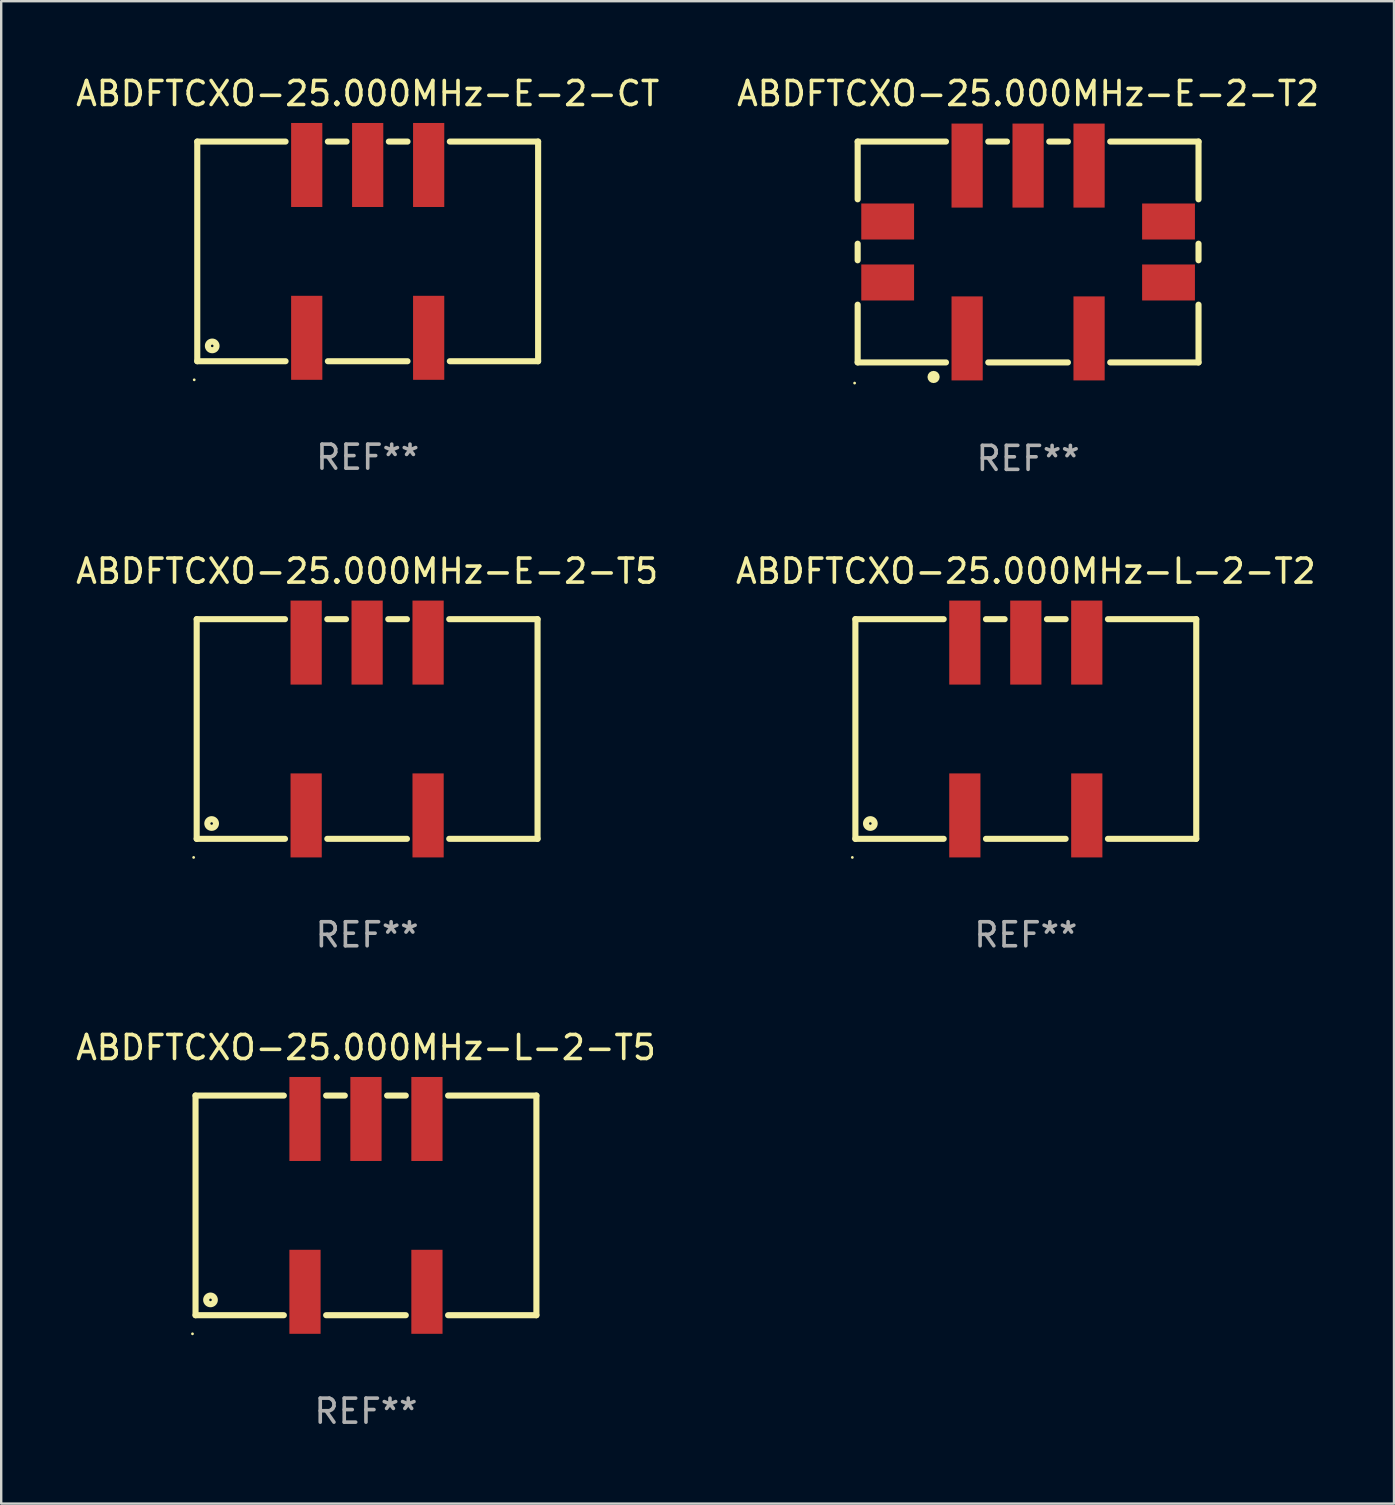
<source format=kicad_pcb>
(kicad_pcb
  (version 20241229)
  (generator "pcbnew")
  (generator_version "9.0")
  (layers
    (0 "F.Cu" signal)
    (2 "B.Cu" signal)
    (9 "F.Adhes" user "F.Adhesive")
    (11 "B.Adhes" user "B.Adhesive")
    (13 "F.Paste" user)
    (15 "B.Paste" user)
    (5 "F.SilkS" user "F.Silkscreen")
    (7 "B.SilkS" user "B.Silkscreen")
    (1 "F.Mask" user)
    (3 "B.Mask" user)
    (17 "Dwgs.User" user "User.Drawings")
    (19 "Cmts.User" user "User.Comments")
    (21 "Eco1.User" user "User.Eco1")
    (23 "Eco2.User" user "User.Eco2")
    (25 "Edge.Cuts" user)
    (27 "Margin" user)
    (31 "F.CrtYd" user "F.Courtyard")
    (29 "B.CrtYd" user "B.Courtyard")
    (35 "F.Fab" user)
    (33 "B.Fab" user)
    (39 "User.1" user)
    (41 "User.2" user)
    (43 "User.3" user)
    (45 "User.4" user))
  (footprint "ABDFTCXO-25.000MHz-L-2-T5"
    (layer "F.Cu")
    (at 12.196 47.166)
    (property "Reference" "ABDFTCXO-25.000MHz-L-2-T5" (at 0 -6.575 0) (layer "F.SilkS") (effects (font (size 1 1) (thickness 0.15))))
    (attr through_hole)
    (fp_line (start -7.1 -4.575) (end -7.1 4.575) (stroke (width 0.254) (type solid)) (layer "F.SilkS"))
    (fp_line (start -7.1 -4.575) (end -3.421 -4.575) (stroke (width 0.254) (type solid)) (layer "F.SilkS"))
    (fp_line (start -7.1 4.575) (end -3.421 4.575) (stroke (width 0.254) (type solid)) (layer "F.SilkS"))
    (fp_line (start -1.659 -4.575) (end -0.881 -4.575) (stroke (width 0.254) (type solid)) (layer "F.SilkS"))
    (fp_line (start -1.659 4.575) (end 1.659 4.575) (stroke (width 0.254) (type solid)) (layer "F.SilkS"))
    (fp_line (start 0.881 -4.575) (end 1.659 -4.575) (stroke (width 0.254) (type solid)) (layer "F.SilkS"))
    (fp_line (start 3.421 -4.575) (end 7.1 -4.575) (stroke (width 0.254) (type solid)) (layer "F.SilkS"))
    (fp_line (start 3.421 4.575) (end 7.1 4.575) (stroke (width 0.254) (type solid)) (layer "F.SilkS"))
    (fp_line (start 7.1 -4.575) (end 7.1 4.575) (stroke (width 0.254) (type solid)) (layer "F.SilkS"))
    (fp_circle (center -7.227 5.35) (end -7.197 5.35) (stroke (width 0.06) (type solid)) (fill no) (layer "F.SilkS"))
    (fp_circle (center -6.477 3.937) (end -6.297 3.937) (stroke (width 0.254) (type solid)) (fill no) (layer "F.SilkS"))
    (fp_text user "REF**" (at 0 8.575 0) (layer "F.Fab") (effects (font (size 1 1) (thickness 0.15))))
    (pad "1" smd rect (at -2.54 3.6) (size 1.3 3.5) (layers "F.Cu" "F.Mask" "F.Paste"))
    (pad "2" smd rect (at 2.54 3.6) (size 1.3 3.5) (layers "F.Cu" "F.Mask" "F.Paste"))
    (pad "3" smd rect (at 2.54 -3.6) (size 1.3 3.5) (layers "F.Cu" "F.Mask" "F.Paste"))
    (pad "4" smd rect (at 0 -3.6) (size 1.3 3.5) (layers "F.Cu" "F.Mask" "F.Paste"))
    (pad "5" smd rect (at -2.54 -3.6) (size 1.3 3.5) (layers "F.Cu" "F.Mask" "F.Paste")))
  (footprint "ABDFTCXO-25.000MHz-L-2-T2"
    (layer "F.Cu")
    (at 39.685 27.32)
    (property "Reference" "ABDFTCXO-25.000MHz-L-2-T2" (at 0 -6.575 0) (layer "F.SilkS") (effects (font (size 1 1) (thickness 0.15))))
    (attr through_hole)
    (fp_line (start -7.1 -4.575) (end -7.1 4.575) (stroke (width 0.254) (type solid)) (layer "F.SilkS"))
    (fp_line (start -7.1 -4.575) (end -3.421 -4.575) (stroke (width 0.254) (type solid)) (layer "F.SilkS"))
    (fp_line (start -7.1 4.575) (end -3.421 4.575) (stroke (width 0.254) (type solid)) (layer "F.SilkS"))
    (fp_line (start -1.659 -4.575) (end -0.881 -4.575) (stroke (width 0.254) (type solid)) (layer "F.SilkS"))
    (fp_line (start -1.659 4.575) (end 1.659 4.575) (stroke (width 0.254) (type solid)) (layer "F.SilkS"))
    (fp_line (start 0.881 -4.575) (end 1.659 -4.575) (stroke (width 0.254) (type solid)) (layer "F.SilkS"))
    (fp_line (start 3.421 -4.575) (end 7.1 -4.575) (stroke (width 0.254) (type solid)) (layer "F.SilkS"))
    (fp_line (start 3.421 4.575) (end 7.1 4.575) (stroke (width 0.254) (type solid)) (layer "F.SilkS"))
    (fp_line (start 7.1 -4.575) (end 7.1 4.575) (stroke (width 0.254) (type solid)) (layer "F.SilkS"))
    (fp_circle (center -7.227 5.35) (end -7.197 5.35) (stroke (width 0.06) (type solid)) (fill no) (layer "F.SilkS"))
    (fp_circle (center -6.477 3.937) (end -6.297 3.937) (stroke (width 0.254) (type solid)) (fill no) (layer "F.SilkS"))
    (fp_text user "REF**" (at 0 8.575 0) (layer "F.Fab") (effects (font (size 1 1) (thickness 0.15))))
    (pad "1" smd rect (at -2.54 3.6) (size 1.3 3.5) (layers "F.Cu" "F.Mask" "F.Paste"))
    (pad "2" smd rect (at 2.54 3.6) (size 1.3 3.5) (layers "F.Cu" "F.Mask" "F.Paste"))
    (pad "3" smd rect (at 2.54 -3.6) (size 1.3 3.5) (layers "F.Cu" "F.Mask" "F.Paste"))
    (pad "4" smd rect (at 0 -3.6) (size 1.3 3.5) (layers "F.Cu" "F.Mask" "F.Paste"))
    (pad "5" smd rect (at -2.54 -3.6) (size 1.3 3.5) (layers "F.Cu" "F.Mask" "F.Paste")))
  (footprint "ABDFTCXO-25.000MHz-E-2-CT"
    (layer "F.Cu")
    (at 12.268 7.423)
    (property "Reference" "ABDFTCXO-25.000MHz-E-2-CT" (at 0 -6.575 0) (layer "F.SilkS") (effects (font (size 1 1) (thickness 0.15))))
    (attr through_hole)
    (fp_line (start -7.1 -4.575) (end -7.1 4.575) (stroke (width 0.254) (type solid)) (layer "F.SilkS"))
    (fp_line (start -7.1 -4.575) (end -3.421 -4.575) (stroke (width 0.254) (type solid)) (layer "F.SilkS"))
    (fp_line (start -7.1 4.575) (end -3.421 4.575) (stroke (width 0.254) (type solid)) (layer "F.SilkS"))
    (fp_line (start -1.659 -4.575) (end -0.881 -4.575) (stroke (width 0.254) (type solid)) (layer "F.SilkS"))
    (fp_line (start -1.659 4.575) (end 1.659 4.575) (stroke (width 0.254) (type solid)) (layer "F.SilkS"))
    (fp_line (start 0.881 -4.575) (end 1.659 -4.575) (stroke (width 0.254) (type solid)) (layer "F.SilkS"))
    (fp_line (start 3.421 -4.575) (end 7.1 -4.575) (stroke (width 0.254) (type solid)) (layer "F.SilkS"))
    (fp_line (start 3.421 4.575) (end 7.1 4.575) (stroke (width 0.254) (type solid)) (layer "F.SilkS"))
    (fp_line (start 7.1 -4.575) (end 7.1 4.575) (stroke (width 0.254) (type solid)) (layer "F.SilkS"))
    (fp_circle (center -7.227 5.35) (end -7.197 5.35) (stroke (width 0.06) (type solid)) (fill no) (layer "F.SilkS"))
    (fp_circle (center -6.477 3.937) (end -6.297 3.937) (stroke (width 0.254) (type solid)) (fill no) (layer "F.SilkS"))
    (fp_text user "REF**" (at 0 8.575 0) (layer "F.Fab") (effects (font (size 1 1) (thickness 0.15))))
    (pad "1" smd rect (at -2.54 3.6) (size 1.3 3.5) (layers "F.Cu" "F.Mask" "F.Paste"))
    (pad "2" smd rect (at 2.54 3.6) (size 1.3 3.5) (layers "F.Cu" "F.Mask" "F.Paste"))
    (pad "3" smd rect (at 2.54 -3.6) (size 1.3 3.5) (layers "F.Cu" "F.Mask" "F.Paste"))
    (pad "4" smd rect (at 0 -3.6) (size 1.3 3.5) (layers "F.Cu" "F.Mask" "F.Paste"))
    (pad "5" smd rect (at -2.54 -3.6) (size 1.3 3.5) (layers "F.Cu" "F.Mask" "F.Paste")))
  (footprint "ABDFTCXO-25.000MHz-E-2-T2"
    (layer "F.Cu")
    (at 39.78 7.448)
    (property "Reference" "ABDFTCXO-25.000MHz-E-2-T2" (at 0 -6.6 0) (layer "F.SilkS") (effects (font (size 1 1) (thickness 0.15))))
    (attr through_hole)
    (fp_line (start -7.1 -4.6) (end -7.1 -2.195) (stroke (width 0.254) (type solid)) (layer "F.SilkS"))
    (fp_line (start -7.1 -4.6) (end -3.421 -4.6) (stroke (width 0.254) (type solid)) (layer "F.SilkS"))
    (fp_line (start -7.1 -0.345) (end -7.1 0.345) (stroke (width 0.254) (type solid)) (layer "F.SilkS"))
    (fp_line (start -7.1 2.195) (end -7.1 4.6) (stroke (width 0.254) (type solid)) (layer "F.SilkS"))
    (fp_line (start -7.1 4.6) (end -3.421 4.6) (stroke (width 0.254) (type solid)) (layer "F.SilkS"))
    (fp_line (start -1.659 -4.6) (end -0.881 -4.6) (stroke (width 0.254) (type solid)) (layer "F.SilkS"))
    (fp_line (start -1.659 4.6) (end 1.659 4.6) (stroke (width 0.254) (type solid)) (layer "F.SilkS"))
    (fp_line (start 0.881 -4.6) (end 1.659 -4.6) (stroke (width 0.254) (type solid)) (layer "F.SilkS"))
    (fp_line (start 3.421 -4.6) (end 7.1 -4.6) (stroke (width 0.254) (type solid)) (layer "F.SilkS"))
    (fp_line (start 3.421 4.6) (end 7.1 4.6) (stroke (width 0.254) (type solid)) (layer "F.SilkS"))
    (fp_line (start 7.1 -4.6) (end 7.1 -2.195) (stroke (width 0.254) (type solid)) (layer "F.SilkS"))
    (fp_line (start 7.1 -0.345) (end 7.1 0.345) (stroke (width 0.254) (type solid)) (layer "F.SilkS"))
    (fp_line (start 7.1 2.195) (end 7.1 4.6) (stroke (width 0.254) (type solid)) (layer "F.SilkS"))
    (fp_circle (center -7.227 5.461) (end -7.197 5.461) (stroke (width 0.06) (type solid)) (fill no) (layer "F.SilkS"))
    (fp_circle (center -3.937 5.207) (end -3.81 5.207) (stroke (width 0.254) (type solid)) (fill no) (layer "F.SilkS"))
    (fp_text user "REF**" (at 0 8.6 0) (layer "F.Fab") (effects (font (size 1 1) (thickness 0.15))))
    (pad "1" smd rect (at -2.54 3.6) (size 1.3 3.5) (layers "F.Cu" "F.Mask" "F.Paste"))
    (pad "2" smd rect (at 2.54 3.6) (size 1.3 3.5) (layers "F.Cu" "F.Mask" "F.Paste"))
    (pad "3" smd rect (at 2.54 -3.6) (size 1.3 3.5) (layers "F.Cu" "F.Mask" "F.Paste"))
    (pad "4" smd rect (at 0 -3.6) (size 1.3 3.5) (layers "F.Cu" "F.Mask" "F.Paste"))
    (pad "5" smd rect (at -2.54 -3.6) (size 1.3 3.5) (layers "F.Cu" "F.Mask" "F.Paste"))
    (pad "6" smd rect (at 5.85 1.27 90) (size 1.5 2.2) (layers "F.Cu" "F.Mask" "F.Paste"))
    (pad "7" smd rect (at 5.85 -1.27 90) (size 1.5 2.2) (layers "F.Cu" "F.Mask" "F.Paste"))
    (pad "8" smd rect (at -5.85 -1.27 90) (size 1.5 2.2) (layers "F.Cu" "F.Mask" "F.Paste"))
    (pad "9" smd rect (at -5.85 1.27 90) (size 1.5 2.2) (layers "F.Cu" "F.Mask" "F.Paste")))
  (footprint "ABDFTCXO-25.000MHz-E-2-T5"
    (layer "F.Cu")
    (at 12.244 27.32)
    (property "Reference" "ABDFTCXO-25.000MHz-E-2-T5" (at 0 -6.575 0) (layer "F.SilkS") (effects (font (size 1 1) (thickness 0.15))))
    (attr through_hole)
    (fp_line (start -7.1 -4.575) (end -7.1 4.575) (stroke (width 0.254) (type solid)) (layer "F.SilkS"))
    (fp_line (start -7.1 -4.575) (end -3.421 -4.575) (stroke (width 0.254) (type solid)) (layer "F.SilkS"))
    (fp_line (start -7.1 4.575) (end -3.421 4.575) (stroke (width 0.254) (type solid)) (layer "F.SilkS"))
    (fp_line (start -1.659 -4.575) (end -0.881 -4.575) (stroke (width 0.254) (type solid)) (layer "F.SilkS"))
    (fp_line (start -1.659 4.575) (end 1.659 4.575) (stroke (width 0.254) (type solid)) (layer "F.SilkS"))
    (fp_line (start 0.881 -4.575) (end 1.659 -4.575) (stroke (width 0.254) (type solid)) (layer "F.SilkS"))
    (fp_line (start 3.421 -4.575) (end 7.1 -4.575) (stroke (width 0.254) (type solid)) (layer "F.SilkS"))
    (fp_line (start 3.421 4.575) (end 7.1 4.575) (stroke (width 0.254) (type solid)) (layer "F.SilkS"))
    (fp_line (start 7.1 -4.575) (end 7.1 4.575) (stroke (width 0.254) (type solid)) (layer "F.SilkS"))
    (fp_circle (center -7.227 5.35) (end -7.197 5.35) (stroke (width 0.06) (type solid)) (fill no) (layer "F.SilkS"))
    (fp_circle (center -6.477 3.937) (end -6.297 3.937) (stroke (width 0.254) (type solid)) (fill no) (layer "F.SilkS"))
    (fp_text user "REF**" (at 0 8.575 0) (layer "F.Fab") (effects (font (size 1 1) (thickness 0.15))))
    (pad "1" smd rect (at -2.54 3.6) (size 1.3 3.5) (layers "F.Cu" "F.Mask" "F.Paste"))
    (pad "2" smd rect (at 2.54 3.6) (size 1.3 3.5) (layers "F.Cu" "F.Mask" "F.Paste"))
    (pad "3" smd rect (at 2.54 -3.6) (size 1.3 3.5) (layers "F.Cu" "F.Mask" "F.Paste"))
    (pad "4" smd rect (at 0 -3.6) (size 1.3 3.5) (layers "F.Cu" "F.Mask" "F.Paste"))
    (pad "5" smd rect (at -2.54 -3.6) (size 1.3 3.5) (layers "F.Cu" "F.Mask" "F.Paste")))
  (gr_rect
    (start -3 -3)
    (end 55.024 59.59)
    (stroke (width 0.1) (type default))
    (fill no)
    (layer "Edge.Cuts")))
</source>
